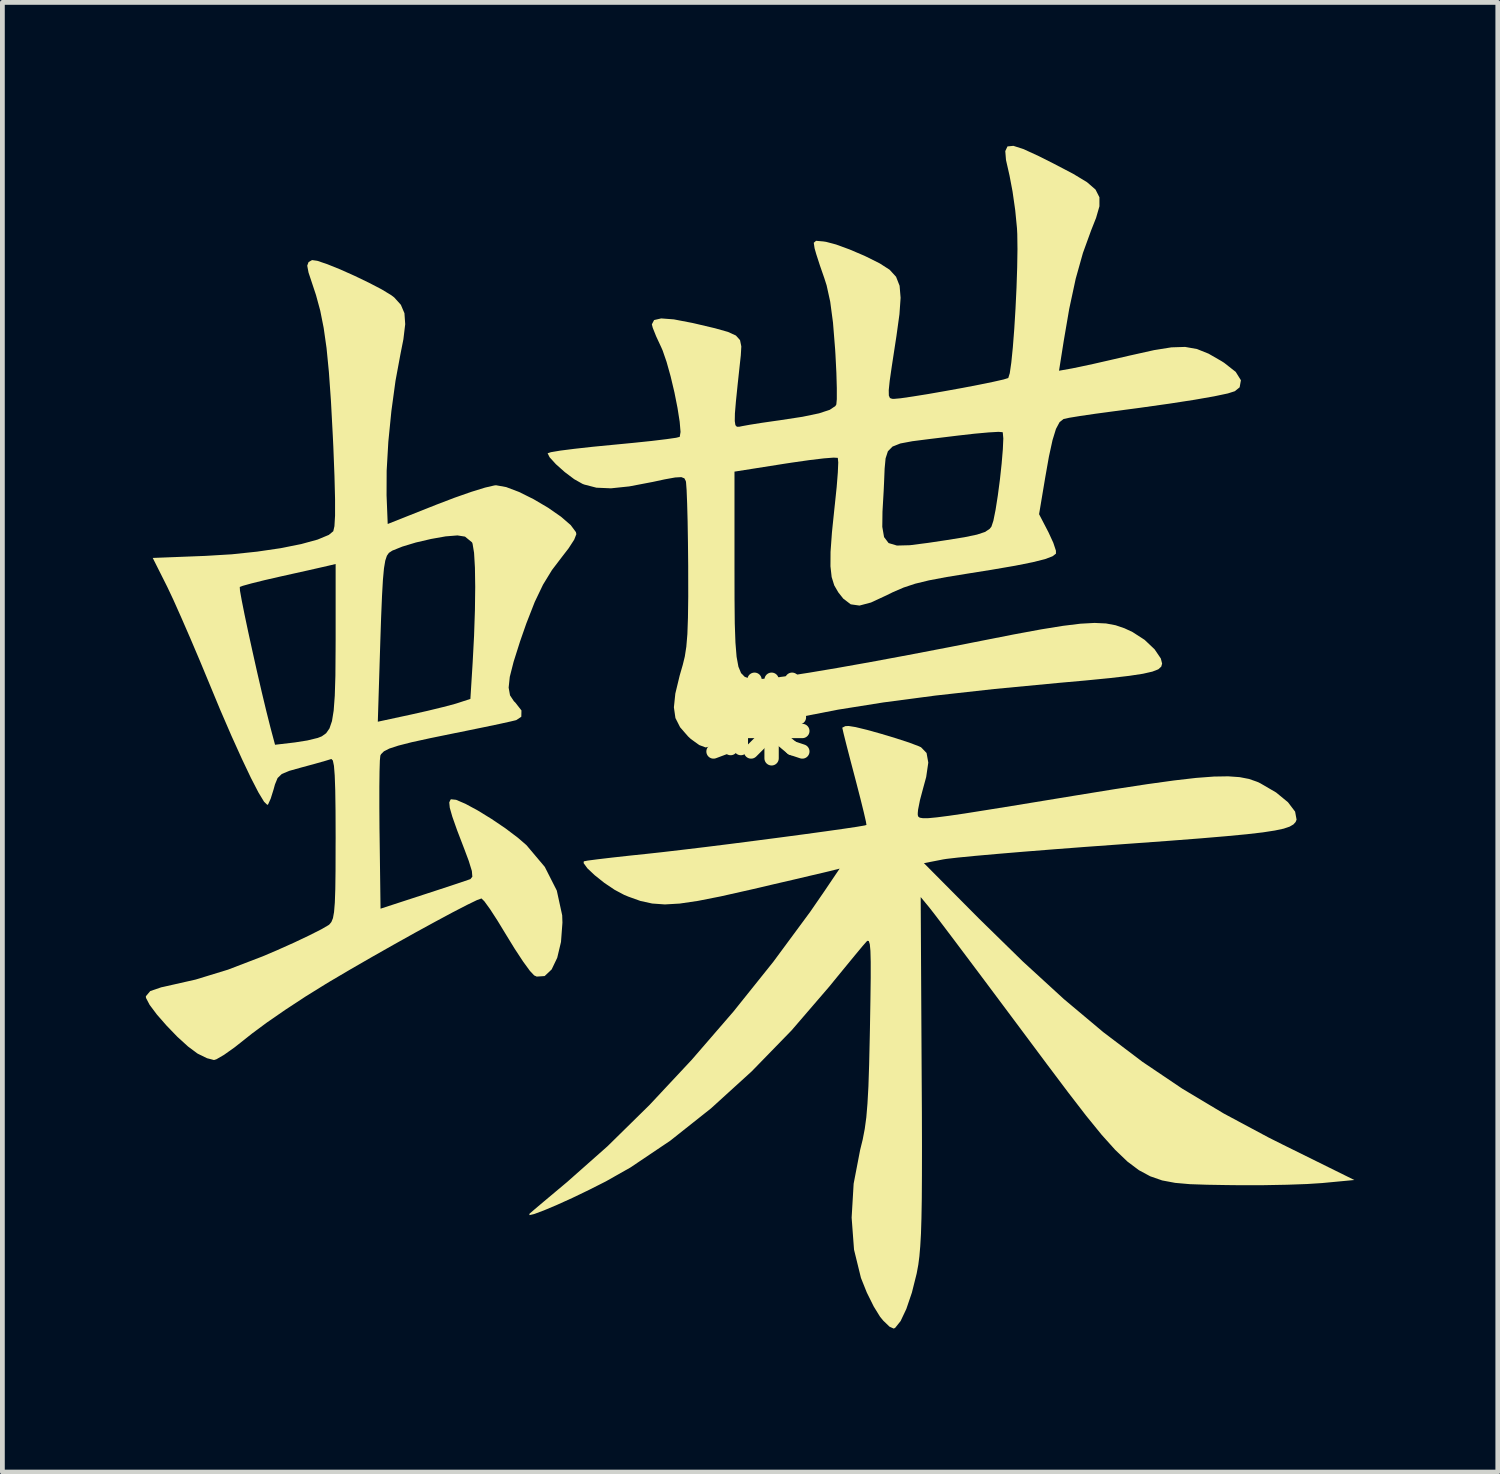
<source format=kicad_pcb>
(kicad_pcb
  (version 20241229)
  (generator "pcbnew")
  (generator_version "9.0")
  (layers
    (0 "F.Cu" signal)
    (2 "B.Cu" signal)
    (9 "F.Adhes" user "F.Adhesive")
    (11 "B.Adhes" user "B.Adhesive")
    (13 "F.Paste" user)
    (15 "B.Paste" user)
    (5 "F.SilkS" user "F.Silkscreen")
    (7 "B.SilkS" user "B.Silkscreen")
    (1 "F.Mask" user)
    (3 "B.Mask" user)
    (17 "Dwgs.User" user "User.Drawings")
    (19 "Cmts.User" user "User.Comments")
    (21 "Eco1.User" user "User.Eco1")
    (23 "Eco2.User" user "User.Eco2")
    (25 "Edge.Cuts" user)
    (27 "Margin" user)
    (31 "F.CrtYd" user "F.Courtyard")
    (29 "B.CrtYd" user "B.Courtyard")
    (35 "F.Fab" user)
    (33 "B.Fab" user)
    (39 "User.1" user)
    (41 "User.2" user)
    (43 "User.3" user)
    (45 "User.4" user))
  (footprint "蝶"
    (layer "F.Cu")
    (at 12.836 12.13)
    (property "Reference" "蝶" (at 0 0 0) (layer "F.SilkS") (effects (font (size 1.5 1.5) (thickness 0.3))))
    (attr board_only exclude_from_pos_files exclude_from_bom)
    (fp_poly (pts (xy 2.005 0.025) (xy 2.248 0.084) (xy 2.545 0.167) (xy 2.853 0.26) (xy 3.129 0.35) (xy 3.327 0.425) (xy 3.375 0.447) (xy 3.491 0.567) (xy 3.527 0.768) (xy 3.483 1.07) (xy 3.418 1.308) (xy 3.353 1.552) (xy 3.313 1.755) (xy 3.307 1.823) (xy 3.307 1.864) (xy 3.317 1.897) (xy 3.349 1.92) (xy 3.416 1.931) (xy 3.531 1.93) (xy 3.706 1.913) (xy 3.956 1.881) (xy 4.291 1.832) (xy 4.725 1.763) (xy 5.272 1.675) (xy 5.943 1.565) (xy 6.613 1.455) (xy 7.426 1.323) (xy 8.106 1.219) (xy 8.669 1.141) (xy 9.128 1.088) (xy 9.5 1.06) (xy 9.798 1.055) (xy 10.038 1.072) (xy 10.235 1.11) (xy 10.403 1.169) (xy 10.47 1.2) (xy 10.801 1.393) (xy 11.049 1.597) (xy 11.198 1.793) (xy 11.229 1.961) (xy 11.209 2.01) (xy 11.163 2.061) (xy 11.084 2.107) (xy 10.96 2.149) (xy 10.777 2.188) (xy 10.525 2.227) (xy 10.189 2.266) (xy 9.757 2.307) (xy 9.216 2.353) (xy 8.555 2.404) (xy 7.76 2.462) (xy 7.499 2.481) (xy 6.798 2.532) (xy 6.13 2.583) (xy 5.513 2.632) (xy 4.965 2.678) (xy 4.503 2.719) (xy 4.146 2.754) (xy 3.911 2.781) (xy 3.841 2.792) (xy 3.436 2.871) (xy 4.592 4.035) (xy 5.506 4.929) (xy 6.363 5.714) (xy 7.189 6.407) (xy 8.005 7.025) (xy 8.837 7.586) (xy 9.707 8.107) (xy 10.639 8.606) (xy 10.934 8.754) (xy 12.437 9.497) (xy 11.761 9.561) (xy 11.449 9.581) (xy 11.031 9.596) (xy 10.549 9.605) (xy 10.049 9.606) (xy 9.769 9.603) (xy 9.353 9.596) (xy 8.997 9.584) (xy 8.69 9.557) (xy 8.418 9.506) (xy 8.17 9.42) (xy 7.932 9.292) (xy 7.691 9.111) (xy 7.436 8.867) (xy 7.152 8.551) (xy 6.829 8.154) (xy 6.452 7.665) (xy 6.009 7.076) (xy 5.496 6.388) (xy 5.099 5.856) (xy 4.724 5.354) (xy 4.382 4.898) (xy 4.084 4.501) (xy 3.84 4.178) (xy 3.662 3.944) (xy 3.56 3.813) (xy 3.55 3.8) (xy 3.368 3.58) (xy 3.388 7.219) (xy 3.393 8.077) (xy 3.395 8.799) (xy 3.394 9.4) (xy 3.391 9.894) (xy 3.384 10.295) (xy 3.374 10.619) (xy 3.359 10.88) (xy 3.341 11.091) (xy 3.318 11.269) (xy 3.289 11.426) (xy 3.284 11.453) (xy 3.184 11.852) (xy 3.068 12.193) (xy 2.948 12.447) (xy 2.835 12.588) (xy 2.805 12.604) (xy 2.717 12.565) (xy 2.584 12.437) (xy 2.518 12.356) (xy 2.386 12.142) (xy 2.241 11.85) (xy 2.119 11.545) (xy 1.974 10.954) (xy 1.924 10.284) (xy 1.966 9.574) (xy 2.102 8.867) (xy 2.156 8.648) (xy 2.198 8.429) (xy 2.231 8.187) (xy 2.255 7.899) (xy 2.275 7.539) (xy 2.29 7.084) (xy 2.303 6.51) (xy 2.307 6.312) (xy 2.317 5.723) (xy 2.323 5.269) (xy 2.323 4.935) (xy 2.317 4.706) (xy 2.304 4.566) (xy 2.283 4.5) (xy 2.255 4.494) (xy 2.237 4.509) (xy 2.152 4.606) (xy 1.994 4.796) (xy 1.782 5.054) (xy 1.537 5.353) (xy 1.46 5.448) (xy 0.667 6.369) (xy -0.166 7.225) (xy -1.017 7.999) (xy -1.869 8.675) (xy -2.703 9.236) (xy -3.216 9.526) (xy -3.57 9.705) (xy -3.917 9.872) (xy -4.237 10.017) (xy -4.507 10.131) (xy -4.707 10.206) (xy -4.816 10.232) (xy -4.812 10.201) (xy -4.809 10.199) (xy -4.708 10.112) (xy -4.52 9.953) (xy -4.272 9.745) (xy -4.026 9.539) (xy -3.181 8.791) (xy -2.305 7.93) (xy -1.419 6.982) (xy -0.548 5.975) (xy 0.285 4.935) (xy 1.057 3.889) (xy 1.349 3.465) (xy 1.673 2.985) (xy 1.462 3.038) (xy 1.325 3.071) (xy 1.068 3.131) (xy 0.717 3.214) (xy 0.298 3.311) (xy -0.162 3.419) (xy -0.22 3.432) (xy -0.815 3.566) (xy -1.291 3.66) (xy -1.671 3.716) (xy -1.982 3.734) (xy -2.248 3.715) (xy -2.494 3.661) (xy -2.745 3.571) (xy -2.836 3.533) (xy -3.033 3.428) (xy -3.247 3.284) (xy -3.447 3.125) (xy -3.602 2.979) (xy -3.681 2.87) (xy -3.677 2.833) (xy -3.595 2.817) (xy -3.389 2.79) (xy -3.083 2.754) (xy -2.703 2.712) (xy -2.367 2.677) (xy -2.03 2.64) (xy -1.612 2.591) (xy -1.136 2.534) (xy -0.623 2.47) (xy -0.095 2.402) (xy 0.427 2.334) (xy 0.922 2.268) (xy 1.367 2.207) (xy 1.742 2.154) (xy 2.025 2.112) (xy 2.195 2.083) (xy 2.234 2.072) (xy 2.222 1.998) (xy 2.178 1.806) (xy 2.108 1.523) (xy 2.018 1.174) (xy 1.99 1.067) (xy 1.894 0.702) (xy 1.814 0.393) (xy 1.757 0.165) (xy 1.73 0.047) (xy 1.728 0.038) (xy 1.791 0.006) (xy 1.86 0.002)) (stroke (width 0) (type solid)) (fill yes) (layer "F.SilkS"))
    (fp_poly (pts (xy -9.251 -9.726) (xy -9.044 -9.656) (xy -8.771 -9.546) (xy -8.467 -9.41) (xy -8.166 -9.265) (xy -7.9 -9.126) (xy -7.704 -9.007) (xy -7.641 -8.959) (xy -7.503 -8.806) (xy -7.428 -8.63) (xy -7.412 -8.401) (xy -7.45 -8.084) (xy -7.51 -7.782) (xy -7.615 -7.216) (xy -7.701 -6.585) (xy -7.765 -5.942) (xy -7.8 -5.336) (xy -7.802 -4.822) (xy -7.801 -4.797) (xy -7.778 -4.222) (xy -6.763 -4.625) (xy -6.381 -4.771) (xy -6.03 -4.894) (xy -5.742 -4.983) (xy -5.549 -5.028) (xy -5.512 -5.032) (xy -5.301 -4.994) (xy -5.029 -4.891) (xy -4.726 -4.74) (xy -4.424 -4.562) (xy -4.155 -4.375) (xy -3.951 -4.199) (xy -3.842 -4.052) (xy -3.833 -4.009) (xy -3.878 -3.894) (xy -3.996 -3.712) (xy -4.125 -3.545) (xy -4.343 -3.259) (xy -4.53 -2.953) (xy -4.703 -2.592) (xy -4.879 -2.142) (xy -5.009 -1.77) (xy -5.145 -1.341) (xy -5.225 -1.026) (xy -5.249 -0.8) (xy -5.22 -0.638) (xy -5.139 -0.516) (xy -5.11 -0.488) (xy -4.981 -0.323) (xy -4.984 -0.191) (xy -5.091 -0.12) (xy -5.208 -0.092) (xy -5.443 -0.04) (xy -5.768 0.028) (xy -6.153 0.107) (xy -6.371 0.151) (xy -6.889 0.257) (xy -7.278 0.342) (xy -7.556 0.413) (xy -7.743 0.474) (xy -7.857 0.532) (xy -7.917 0.592) (xy -7.932 0.621) (xy -7.942 0.722) (xy -7.949 0.95) (xy -7.953 1.281) (xy -7.953 1.689) (xy -7.95 2.152) (xy -7.948 2.271) (xy -7.928 3.823) (xy -7.039 3.533) (xy -6.69 3.419) (xy -6.387 3.319) (xy -6.164 3.244) (xy -6.05 3.205) (xy -6.048 3.204) (xy -6.008 3.154) (xy -6.018 3.035) (xy -6.083 2.824) (xy -6.175 2.578) (xy -6.328 2.179) (xy -6.427 1.898) (xy -6.48 1.712) (xy -6.491 1.601) (xy -6.465 1.544) (xy -6.454 1.535) (xy -6.348 1.546) (xy -6.152 1.63) (xy -5.895 1.769) (xy -5.607 1.946) (xy -5.317 2.142) (xy -5.055 2.34) (xy -4.875 2.496) (xy -4.493 2.949) (xy -4.242 3.444) (xy -4.129 3.962) (xy -4.124 4.116) (xy -4.154 4.518) (xy -4.233 4.85) (xy -4.35 5.094) (xy -4.496 5.232) (xy -4.661 5.243) (xy -4.716 5.218) (xy -4.804 5.124) (xy -4.947 4.928) (xy -5.123 4.66) (xy -5.298 4.375) (xy -5.48 4.076) (xy -5.638 3.832) (xy -5.757 3.668) (xy -5.817 3.609) (xy -5.913 3.644) (xy -6.119 3.744) (xy -6.415 3.897) (xy -6.782 4.094) (xy -7.199 4.322) (xy -7.647 4.572) (xy -8.106 4.832) (xy -8.557 5.092) (xy -8.978 5.34) (xy -9.079 5.401) (xy -9.495 5.659) (xy -9.917 5.936) (xy -10.305 6.204) (xy -10.618 6.436) (xy -10.721 6.518) (xy -10.976 6.72) (xy -11.2 6.879) (xy -11.36 6.972) (xy -11.411 6.988) (xy -11.557 6.95) (xy -11.745 6.858) (xy -11.761 6.849) (xy -11.954 6.705) (xy -12.177 6.502) (xy -12.402 6.269) (xy -12.605 6.037) (xy -12.757 5.834) (xy -12.833 5.689) (xy -12.836 5.655) (xy -12.744 5.546) (xy -12.513 5.467) (xy -12.474 5.459) (xy -11.794 5.305) (xy -11.118 5.098) (xy -10.393 4.82) (xy -10.097 4.694) (xy -9.735 4.532) (xy -9.415 4.38) (xy -9.166 4.254) (xy -9.018 4.168) (xy -8.999 4.154) (xy -8.956 4.102) (xy -8.923 4.021) (xy -8.9 3.893) (xy -8.884 3.697) (xy -8.874 3.414) (xy -8.869 3.025) (xy -8.868 2.51) (xy -8.867 2.347) (xy -8.869 1.78) (xy -8.875 1.349) (xy -8.886 1.039) (xy -8.902 0.836) (xy -8.925 0.725) (xy -8.955 0.693) (xy -8.961 0.694) (xy -9.078 0.73) (xy -9.293 0.791) (xy -9.561 0.864) (xy -9.566 0.865) (xy -9.834 0.94) (xy -9.993 1.006) (xy -10.081 1.091) (xy -10.136 1.225) (xy -10.164 1.327) (xy -10.225 1.522) (xy -10.278 1.639) (xy -10.295 1.653) (xy -10.364 1.586) (xy -10.481 1.393) (xy -10.638 1.089) (xy -10.828 0.689) (xy -11.046 0.207) (xy -11.283 -0.341) (xy -11.499 -0.862) (xy -11.701 -1.349) (xy -11.905 -1.829) (xy -12.097 -2.27) (xy -12.262 -2.64) (xy -12.387 -2.905) (xy -10.872 -2.905) (xy -10.867 -2.825) (xy -10.831 -2.625) (xy -10.772 -2.329) (xy -10.695 -1.964) (xy -10.605 -1.554) (xy -10.509 -1.125) (xy -10.411 -0.702) (xy -10.317 -0.31) (xy -10.233 0.024) (xy -10.212 0.104) (xy -10.134 0.395) (xy -9.718 0.346) (xy -9.458 0.305) (xy -9.241 0.252) (xy -9.157 0.219) (xy -9.066 0.154) (xy -8.996 0.054) (xy -8.948 -0.087) (xy -7.985 -0.087) (xy -7.28 -0.239) (xy -6.939 -0.316) (xy -6.623 -0.393) (xy -6.382 -0.457) (xy -6.312 -0.478) (xy -6.049 -0.564) (xy -6.002 -1.315) (xy -5.972 -1.884) (xy -5.954 -2.421) (xy -5.948 -2.904) (xy -5.954 -3.311) (xy -5.972 -3.619) (xy -6.003 -3.807) (xy -6.014 -3.837) (xy -6.161 -3.958) (xy -6.319 -3.983) (xy -6.567 -3.963) (xy -6.871 -3.909) (xy -7.189 -3.835) (xy -7.473 -3.749) (xy -7.682 -3.665) (xy -7.753 -3.618) (xy -7.795 -3.558) (xy -7.829 -3.456) (xy -7.856 -3.295) (xy -7.878 -3.056) (xy -7.897 -2.719) (xy -7.916 -2.265) (xy -7.932 -1.79) (xy -7.985 -0.087) (xy -8.948 -0.087) (xy -8.944 -0.097) (xy -8.908 -0.319) (xy -8.885 -0.63) (xy -8.872 -1.048) (xy -8.868 -1.592) (xy -8.867 -1.81) (xy -8.867 -3.385) (xy -9.037 -3.345) (xy -9.177 -3.313) (xy -9.427 -3.256) (xy -9.746 -3.185) (xy -10.02 -3.124) (xy -10.351 -3.048) (xy -10.625 -2.98) (xy -10.809 -2.929) (xy -10.872 -2.905) (xy -12.387 -2.905) (xy -12.388 -2.907) (xy -12.403 -2.937) (xy -12.692 -3.512) (xy -11.587 -3.555) (xy -11.039 -3.588) (xy -10.508 -3.644) (xy -10.016 -3.716) (xy -9.587 -3.802) (xy -9.244 -3.896) (xy -9.009 -3.994) (xy -8.916 -4.071) (xy -8.892 -4.176) (xy -8.879 -4.397) (xy -8.879 -4.742) (xy -8.891 -5.218) (xy -8.915 -5.834) (xy -8.926 -6.063) (xy -8.965 -6.795) (xy -9.008 -7.4) (xy -9.057 -7.901) (xy -9.117 -8.322) (xy -9.189 -8.684) (xy -9.278 -9.011) (xy -9.352 -9.234) (xy -9.434 -9.481) (xy -9.461 -9.624) (xy -9.433 -9.7) (xy -9.36 -9.741)) (stroke (width 0) (type solid)) (fill yes) (layer "F.SilkS"))
    (fp_poly (pts (xy 5.521 -12.061) (xy 5.842 -11.913) (xy 6.146 -11.76) (xy 6.557 -11.545) (xy 6.845 -11.371) (xy 7.024 -11.216) (xy 7.106 -11.055) (xy 7.106 -10.866) (xy 7.036 -10.624) (xy 6.932 -10.361) (xy 6.761 -9.89) (xy 6.61 -9.352) (xy 6.474 -8.719) (xy 6.36 -8.053) (xy 6.261 -7.427) (xy 6.531 -7.475) (xy 6.706 -7.511) (xy 6.99 -7.572) (xy 7.344 -7.653) (xy 7.733 -7.743) (xy 7.778 -7.753) (xy 8.249 -7.858) (xy 8.611 -7.916) (xy 8.898 -7.925) (xy 9.146 -7.881) (xy 9.388 -7.784) (xy 9.659 -7.628) (xy 9.714 -7.593) (xy 9.956 -7.403) (xy 10.065 -7.228) (xy 10.038 -7.08) (xy 9.938 -6.999) (xy 9.791 -6.952) (xy 9.506 -6.892) (xy 9.096 -6.82) (xy 8.572 -6.739) (xy 7.948 -6.651) (xy 7.383 -6.576) (xy 7.019 -6.527) (xy 6.705 -6.481) (xy 6.473 -6.443) (xy 6.356 -6.417) (xy 6.355 -6.417) (xy 6.272 -6.351) (xy 6.197 -6.21) (xy 6.125 -5.976) (xy 6.049 -5.628) (xy 5.971 -5.186) (xy 5.844 -4.427) (xy 6.041 -4.047) (xy 6.141 -3.83) (xy 6.196 -3.665) (xy 6.197 -3.602) (xy 6.124 -3.546) (xy 5.967 -3.487) (xy 5.711 -3.423) (xy 5.342 -3.349) (xy 4.848 -3.264) (xy 4.396 -3.192) (xy 3.91 -3.113) (xy 3.54 -3.043) (xy 3.252 -2.973) (xy 3.011 -2.893) (xy 2.784 -2.795) (xy 2.661 -2.734) (xy 2.329 -2.58) (xy 2.088 -2.516) (xy 1.905 -2.542) (xy 1.749 -2.661) (xy 1.644 -2.794) (xy 1.56 -2.939) (xy 1.506 -3.113) (xy 1.481 -3.339) (xy 1.483 -3.641) (xy 1.512 -4.043) (xy 1.524 -4.162) (xy 2.565 -4.162) (xy 2.602 -3.948) (xy 2.697 -3.823) (xy 2.871 -3.771) (xy 3.142 -3.778) (xy 3.53 -3.828) (xy 3.896 -3.883) (xy 4.282 -3.945) (xy 4.545 -4) (xy 4.712 -4.055) (xy 4.81 -4.12) (xy 4.847 -4.166) (xy 4.888 -4.289) (xy 4.934 -4.518) (xy 4.981 -4.817) (xy 5.025 -5.151) (xy 5.061 -5.484) (xy 5.086 -5.783) (xy 5.096 -6.011) (xy 5.085 -6.133) (xy 5.08 -6.142) (xy 4.994 -6.149) (xy 4.788 -6.137) (xy 4.49 -6.11) (xy 4.13 -6.069) (xy 4.041 -6.058) (xy 3.554 -5.999) (xy 3.194 -5.953) (xy 2.943 -5.906) (xy 2.779 -5.841) (xy 2.682 -5.742) (xy 2.634 -5.594) (xy 2.614 -5.382) (xy 2.602 -5.089) (xy 2.594 -4.916) (xy 2.569 -4.48) (xy 2.565 -4.162) (xy 1.524 -4.162) (xy 1.566 -4.566) (xy 1.574 -4.639) (xy 1.611 -4.995) (xy 1.635 -5.295) (xy 1.644 -5.508) (xy 1.635 -5.604) (xy 1.634 -5.605) (xy 1.547 -5.61) (xy 1.34 -5.594) (xy 1.04 -5.558) (xy 0.676 -5.506) (xy 0.531 -5.484) (xy -0.526 -5.317) (xy -0.526 -3.314) (xy -0.525 -2.66) (xy -0.52 -2.141) (xy -0.506 -1.742) (xy -0.482 -1.446) (xy -0.444 -1.238) (xy -0.388 -1.103) (xy -0.311 -1.025) (xy -0.209 -0.988) (xy -0.08 -0.977) (xy -0.025 -0.977) (xy 0.197 -0.993) (xy 0.553 -1.038) (xy 1.034 -1.112) (xy 1.628 -1.212) (xy 2.324 -1.336) (xy 3.109 -1.482) (xy 3.974 -1.648) (xy 4.622 -1.776) (xy 5.318 -1.913) (xy 5.886 -2.018) (xy 6.344 -2.092) (xy 6.711 -2.137) (xy 7.004 -2.153) (xy 7.243 -2.142) (xy 7.445 -2.104) (xy 7.63 -2.041) (xy 7.799 -1.962) (xy 8.051 -1.799) (xy 8.259 -1.602) (xy 8.39 -1.409) (xy 8.417 -1.303) (xy 8.399 -1.239) (xy 8.337 -1.183) (xy 8.214 -1.135) (xy 8.016 -1.09) (xy 7.726 -1.046) (xy 7.331 -1) (xy 6.813 -0.949) (xy 6.275 -0.901) (xy 4.906 -0.771) (xy 3.676 -0.634) (xy 2.586 -0.49) (xy 1.639 -0.339) (xy 0.836 -0.183) (xy 0.178 -0.02) (xy -0.331 0.148) (xy -0.507 0.223) (xy -0.768 0.337) (xy -0.991 0.419) (xy -1.128 0.451) (xy -1.13 0.451) (xy -1.265 0.4) (xy -1.439 0.274) (xy -1.497 0.22) (xy -1.663 0.029) (xy -1.761 -0.164) (xy -1.793 -0.388) (xy -1.763 -0.676) (xy -1.671 -1.057) (xy -1.607 -1.278) (xy -1.565 -1.45) (xy -1.533 -1.657) (xy -1.511 -1.92) (xy -1.499 -2.262) (xy -1.493 -2.706) (xy -1.494 -3.275) (xy -1.494 -3.343) (xy -1.499 -3.832) (xy -1.506 -4.276) (xy -1.516 -4.649) (xy -1.527 -4.929) (xy -1.539 -5.092) (xy -1.544 -5.12) (xy -1.574 -5.177) (xy -1.638 -5.202) (xy -1.766 -5.195) (xy -1.988 -5.155) (xy -2.234 -5.102) (xy -2.726 -5.008) (xy -3.109 -4.968) (xy -3.413 -4.981) (xy -3.668 -5.047) (xy -3.706 -5.062) (xy -3.878 -5.159) (xy -4.076 -5.308) (xy -4.26 -5.472) (xy -4.392 -5.617) (xy -4.434 -5.701) (xy -4.363 -5.724) (xy -4.166 -5.757) (xy -3.866 -5.795) (xy -3.486 -5.837) (xy -3.074 -5.877) (xy -2.638 -5.919) (xy -2.255 -5.959) (xy -1.95 -5.996) (xy -1.747 -6.025) (xy -1.671 -6.044) (xy -1.654 -6.147) (xy -1.672 -6.36) (xy -1.717 -6.647) (xy -1.782 -6.975) (xy -1.861 -7.308) (xy -1.946 -7.612) (xy -2.029 -7.852) (xy -2.058 -7.918) (xy -2.164 -8.146) (xy -2.235 -8.324) (xy -2.254 -8.397) (xy -2.207 -8.487) (xy -2.058 -8.521) (xy -1.794 -8.501) (xy -1.404 -8.426) (xy -1.326 -8.408) (xy -0.932 -8.315) (xy -0.663 -8.239) (xy -0.496 -8.163) (xy -0.41 -8.067) (xy -0.383 -7.935) (xy -0.394 -7.747) (xy -0.406 -7.638) (xy -0.459 -7.147) (xy -0.496 -6.785) (xy -0.517 -6.534) (xy -0.52 -6.375) (xy -0.507 -6.289) (xy -0.475 -6.255) (xy -0.425 -6.256) (xy -0.368 -6.268) (xy -0.209 -6.297) (xy 0.049 -6.338) (xy 0.354 -6.382) (xy 0.413 -6.39) (xy 0.896 -6.464) (xy 1.242 -6.536) (xy 1.467 -6.61) (xy 1.584 -6.689) (xy 1.604 -6.722) (xy 1.614 -6.833) (xy 1.614 -7.063) (xy 1.605 -7.382) (xy 1.586 -7.759) (xy 1.579 -7.873) (xy 1.534 -8.434) (xy 1.476 -8.871) (xy 1.401 -9.212) (xy 1.353 -9.362) (xy 1.26 -9.63) (xy 1.184 -9.865) (xy 1.149 -9.988) (xy 1.132 -10.103) (xy 1.18 -10.144) (xy 1.331 -10.131) (xy 1.391 -10.122) (xy 1.598 -10.067) (xy 1.882 -9.963) (xy 2.187 -9.833) (xy 2.231 -9.812) (xy 2.513 -9.671) (xy 2.717 -9.54) (xy 2.853 -9.392) (xy 2.927 -9.204) (xy 2.948 -8.951) (xy 2.924 -8.609) (xy 2.861 -8.153) (xy 2.828 -7.938) (xy 2.763 -7.514) (xy 2.72 -7.216) (xy 2.7 -7.021) (xy 2.702 -6.909) (xy 2.725 -6.856) (xy 2.77 -6.84) (xy 2.806 -6.838) (xy 2.949 -6.851) (xy 3.195 -6.887) (xy 3.514 -6.938) (xy 3.874 -7.001) (xy 4.244 -7.068) (xy 4.592 -7.135) (xy 4.889 -7.196) (xy 5.101 -7.244) (xy 5.199 -7.275) (xy 5.2 -7.276) (xy 5.231 -7.375) (xy 5.263 -7.597) (xy 5.295 -7.915) (xy 5.325 -8.3) (xy 5.351 -8.726) (xy 5.372 -9.164) (xy 5.386 -9.589) (xy 5.392 -9.971) (xy 5.388 -10.285) (xy 5.382 -10.404) (xy 5.345 -10.784) (xy 5.289 -11.176) (xy 5.226 -11.508) (xy 5.215 -11.557) (xy 5.152 -11.834) (xy 5.137 -12.02) (xy 5.183 -12.118) (xy 5.307 -12.13)) (stroke (width 0) (type solid)) (fill yes) (layer "F.SilkS")))
  (gr_rect
    (start -3 -3)
    (end 28.273 27.734)
    (stroke (width 0.1) (type default))
    (fill no)
    (layer "Edge.Cuts")))
</source>
